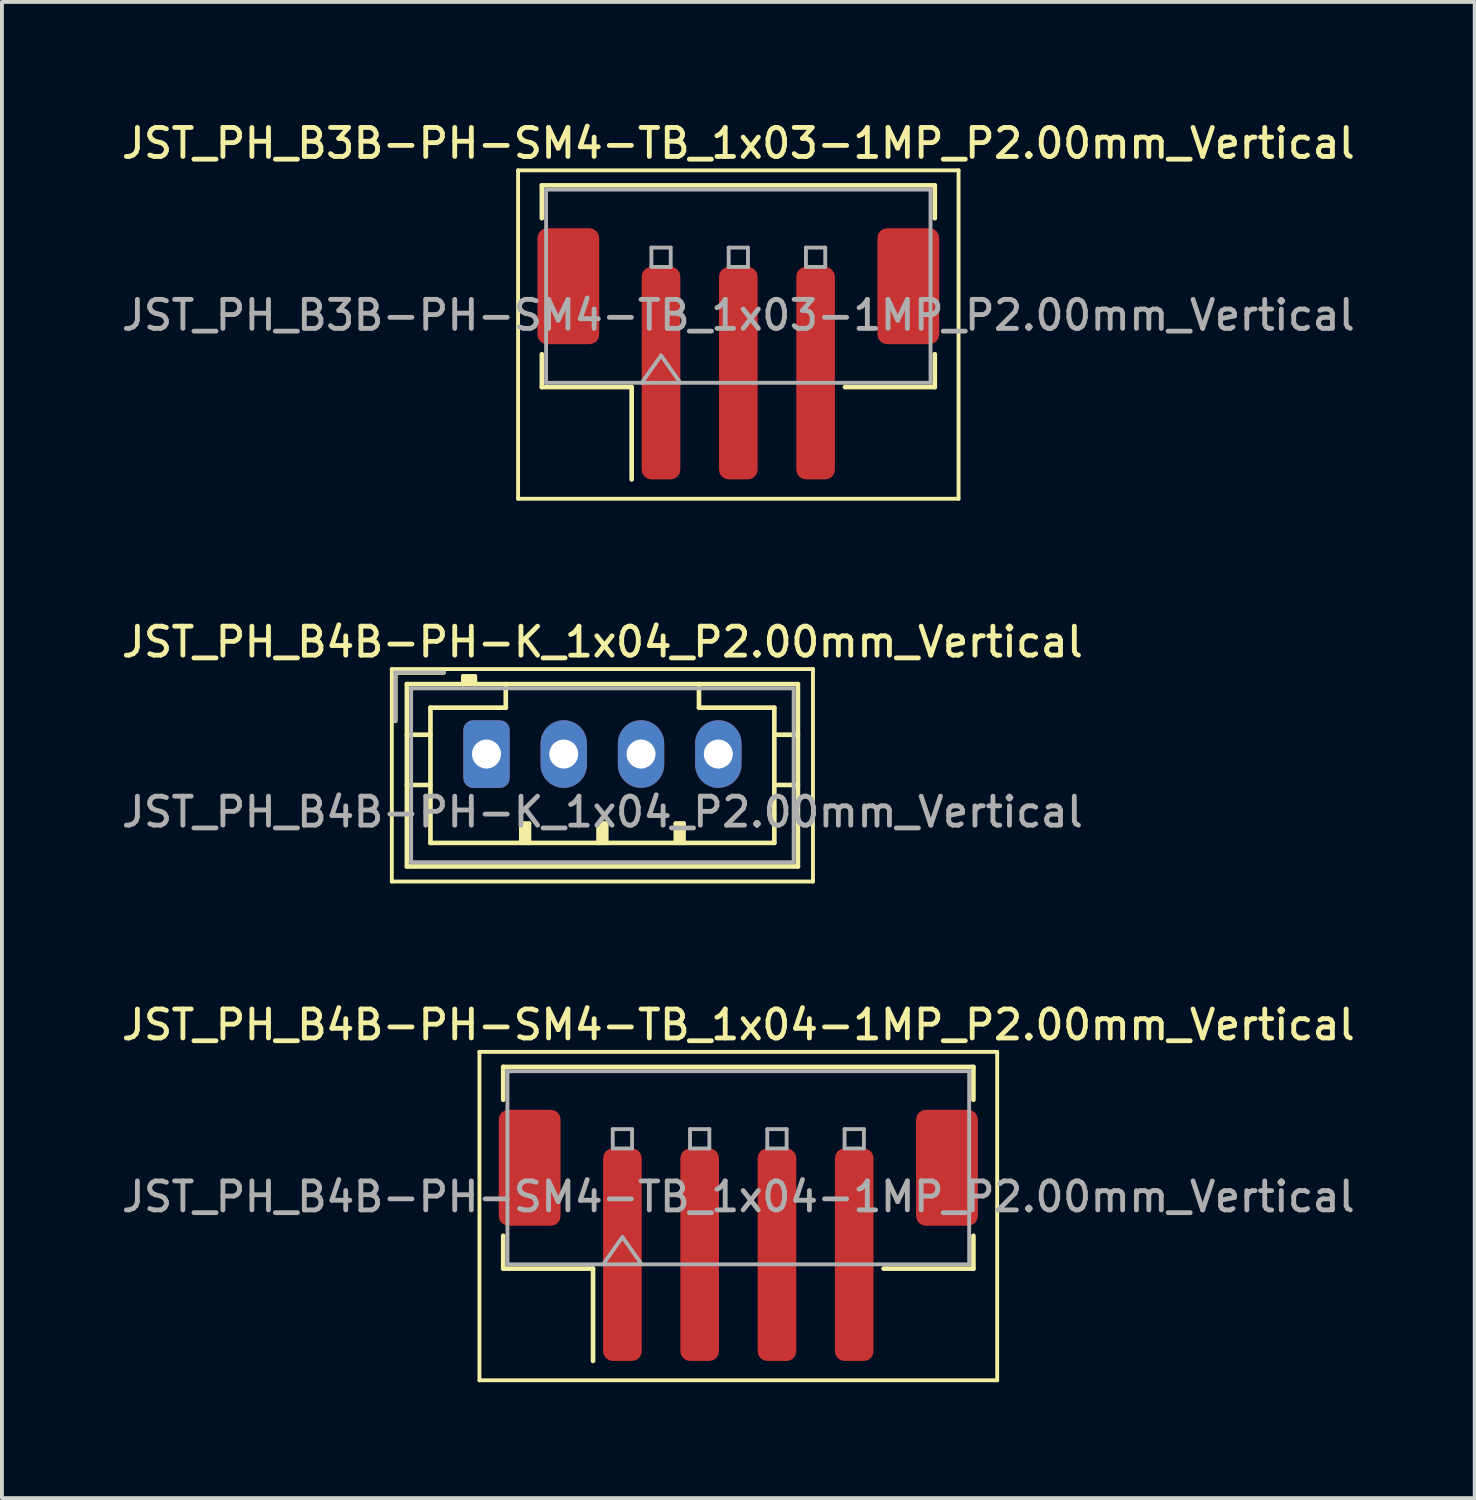
<source format=kicad_pcb>
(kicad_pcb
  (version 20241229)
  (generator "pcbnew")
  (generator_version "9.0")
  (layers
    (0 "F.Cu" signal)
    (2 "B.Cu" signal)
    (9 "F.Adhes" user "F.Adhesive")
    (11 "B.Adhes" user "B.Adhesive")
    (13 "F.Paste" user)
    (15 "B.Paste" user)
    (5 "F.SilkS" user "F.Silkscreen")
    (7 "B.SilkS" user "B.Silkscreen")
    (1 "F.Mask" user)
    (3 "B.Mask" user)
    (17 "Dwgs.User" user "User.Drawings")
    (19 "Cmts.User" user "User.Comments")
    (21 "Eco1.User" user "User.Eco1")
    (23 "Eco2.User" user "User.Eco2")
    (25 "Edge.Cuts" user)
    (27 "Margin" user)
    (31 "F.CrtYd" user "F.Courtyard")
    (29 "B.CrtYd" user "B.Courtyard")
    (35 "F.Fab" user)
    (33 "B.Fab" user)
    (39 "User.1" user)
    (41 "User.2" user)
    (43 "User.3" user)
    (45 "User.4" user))
  (footprint "JST_PH_B4B-PH-SM4-TB_1x04-1MP_P2.00mm_Vertical"
    (layer "F.Cu")
    (at 16.059 28.924)
    (property "Reference" "JST_PH_B4B-PH-SM4-TB_1x04-1MP_P2.00mm_Vertical" (at 0 -5.45 0) (layer "F.SilkS") (effects (font (size 0.75 0.75) (thickness 0.125))))
    (attr smd)
    (fp_line (start -6.7 -4.75) (end -6.7 3.75) (stroke (width 0.1) (type solid)) (layer "F.SilkS"))
    (fp_line (start -6.7 3.75) (end 6.7 3.75) (stroke (width 0.1) (type solid)) (layer "F.SilkS"))
    (fp_line (start -6.085 -4.36) (end 6.085 -4.36) (stroke (width 0.12) (type solid)) (layer "F.SilkS"))
    (fp_line (start -6.085 -3.51) (end -6.085 -4.36) (stroke (width 0.12) (type solid)) (layer "F.SilkS"))
    (fp_line (start -6.085 0.01) (end -6.085 0.86) (stroke (width 0.12) (type solid)) (layer "F.SilkS"))
    (fp_line (start -6.085 0.86) (end -3.76 0.86) (stroke (width 0.12) (type solid)) (layer "F.SilkS"))
    (fp_line (start -3.76 0.86) (end -3.76 3.25) (stroke (width 0.12) (type solid)) (layer "F.SilkS"))
    (fp_line (start 6.085 -4.36) (end 6.085 -3.51) (stroke (width 0.12) (type solid)) (layer "F.SilkS"))
    (fp_line (start 6.085 0.01) (end 6.085 0.86) (stroke (width 0.12) (type solid)) (layer "F.SilkS"))
    (fp_line (start 6.085 0.86) (end 3.76 0.86) (stroke (width 0.12) (type solid)) (layer "F.SilkS"))
    (fp_line (start 6.7 -4.75) (end -6.7 -4.75) (stroke (width 0.1) (type solid)) (layer "F.SilkS"))
    (fp_line (start 6.7 3.75) (end 6.7 -4.75) (stroke (width 0.1) (type solid)) (layer "F.SilkS"))
    (fp_line (start -5.975 -4.25) (end 5.975 -4.25) (stroke (width 0.1) (type solid)) (layer "F.Fab"))
    (fp_line (start -5.975 0.75) (end -5.975 -4.25) (stroke (width 0.1) (type solid)) (layer "F.Fab"))
    (fp_line (start -5.975 0.75) (end 5.975 0.75) (stroke (width 0.1) (type solid)) (layer "F.Fab"))
    (fp_line (start -3.5 0.75) (end -3 0.043) (stroke (width 0.1) (type solid)) (layer "F.Fab"))
    (fp_line (start -3.25 -2.75) (end -3.25 -2.25) (stroke (width 0.1) (type solid)) (layer "F.Fab"))
    (fp_line (start -3.25 -2.25) (end -2.75 -2.25) (stroke (width 0.1) (type solid)) (layer "F.Fab"))
    (fp_line (start -3 0.043) (end -2.5 0.75) (stroke (width 0.1) (type solid)) (layer "F.Fab"))
    (fp_line (start -2.75 -2.75) (end -3.25 -2.75) (stroke (width 0.1) (type solid)) (layer "F.Fab"))
    (fp_line (start -2.75 -2.25) (end -2.75 -2.75) (stroke (width 0.1) (type solid)) (layer "F.Fab"))
    (fp_line (start -1.25 -2.75) (end -1.25 -2.25) (stroke (width 0.1) (type solid)) (layer "F.Fab"))
    (fp_line (start -1.25 -2.25) (end -0.75 -2.25) (stroke (width 0.1) (type solid)) (layer "F.Fab"))
    (fp_line (start -0.75 -2.75) (end -1.25 -2.75) (stroke (width 0.1) (type solid)) (layer "F.Fab"))
    (fp_line (start -0.75 -2.25) (end -0.75 -2.75) (stroke (width 0.1) (type solid)) (layer "F.Fab"))
    (fp_line (start 0.75 -2.75) (end 0.75 -2.25) (stroke (width 0.1) (type solid)) (layer "F.Fab"))
    (fp_line (start 0.75 -2.25) (end 1.25 -2.25) (stroke (width 0.1) (type solid)) (layer "F.Fab"))
    (fp_line (start 1.25 -2.75) (end 0.75 -2.75) (stroke (width 0.1) (type solid)) (layer "F.Fab"))
    (fp_line (start 1.25 -2.25) (end 1.25 -2.75) (stroke (width 0.1) (type solid)) (layer "F.Fab"))
    (fp_line (start 2.75 -2.75) (end 2.75 -2.25) (stroke (width 0.1) (type solid)) (layer "F.Fab"))
    (fp_line (start 2.75 -2.25) (end 3.25 -2.25) (stroke (width 0.1) (type solid)) (layer "F.Fab"))
    (fp_line (start 3.25 -2.75) (end 2.75 -2.75) (stroke (width 0.1) (type solid)) (layer "F.Fab"))
    (fp_line (start 3.25 -2.25) (end 3.25 -2.75) (stroke (width 0.1) (type solid)) (layer "F.Fab"))
    (fp_line (start 5.975 0.75) (end 5.975 -4.25) (stroke (width 0.1) (type solid)) (layer "F.Fab"))
    (fp_text user "${REFERENCE}" (at 0 -1 0) (layer "F.Fab") (effects (font (size 0.75 0.75) (thickness 0.125))))
    (pad "1" smd roundrect (at -3 0.5) (size 1 5.5) (layers "F.Cu" "F.Mask" "F.Paste") (roundrect_rratio 0.25))
    (pad "2" smd roundrect (at -1 0.5) (size 1 5.5) (layers "F.Cu" "F.Mask" "F.Paste") (roundrect_rratio 0.25))
    (pad "3" smd roundrect (at 1 0.5) (size 1 5.5) (layers "F.Cu" "F.Mask" "F.Paste") (roundrect_rratio 0.25))
    (pad "4" smd roundrect (at 3 0.5) (size 1 5.5) (layers "F.Cu" "F.Mask" "F.Paste") (roundrect_rratio 0.25))
    (pad "MP" smd roundrect (at -5.4 -1.75) (size 1.6 3) (layers "F.Cu" "F.Mask" "F.Paste") (roundrect_rratio 0.156))
    (pad "MP" smd roundrect (at 5.4 -1.75) (size 1.6 3) (layers "F.Cu" "F.Mask" "F.Paste") (roundrect_rratio 0.156)))
  (footprint "JST_PH_B3B-PH-SM4-TB_1x03-1MP_P2.00mm_Vertical"
    (layer "F.Cu")
    (at 16.059 6.108)
    (property "Reference" "JST_PH_B3B-PH-SM4-TB_1x03-1MP_P2.00mm_Vertical" (at 0 -5.45 0) (layer "F.SilkS") (effects (font (size 0.75 0.75) (thickness 0.125))))
    (attr smd)
    (fp_line (start -5.7 -4.75) (end -5.7 3.75) (stroke (width 0.1) (type solid)) (layer "F.SilkS"))
    (fp_line (start -5.7 3.75) (end 5.7 3.75) (stroke (width 0.1) (type solid)) (layer "F.SilkS"))
    (fp_line (start -5.085 -4.36) (end 5.085 -4.36) (stroke (width 0.12) (type solid)) (layer "F.SilkS"))
    (fp_line (start -5.085 -3.51) (end -5.085 -4.36) (stroke (width 0.12) (type solid)) (layer "F.SilkS"))
    (fp_line (start -5.085 0.01) (end -5.085 0.86) (stroke (width 0.12) (type solid)) (layer "F.SilkS"))
    (fp_line (start -5.085 0.86) (end -2.76 0.86) (stroke (width 0.12) (type solid)) (layer "F.SilkS"))
    (fp_line (start -2.76 0.86) (end -2.76 3.25) (stroke (width 0.12) (type solid)) (layer "F.SilkS"))
    (fp_line (start 5.085 -4.36) (end 5.085 -3.51) (stroke (width 0.12) (type solid)) (layer "F.SilkS"))
    (fp_line (start 5.085 0.01) (end 5.085 0.86) (stroke (width 0.12) (type solid)) (layer "F.SilkS"))
    (fp_line (start 5.085 0.86) (end 2.76 0.86) (stroke (width 0.12) (type solid)) (layer "F.SilkS"))
    (fp_line (start 5.7 -4.75) (end -5.7 -4.75) (stroke (width 0.1) (type solid)) (layer "F.SilkS"))
    (fp_line (start 5.7 3.75) (end 5.7 -4.75) (stroke (width 0.1) (type solid)) (layer "F.SilkS"))
    (fp_line (start -4.975 -4.25) (end 4.975 -4.25) (stroke (width 0.1) (type solid)) (layer "F.Fab"))
    (fp_line (start -4.975 0.75) (end -4.975 -4.25) (stroke (width 0.1) (type solid)) (layer "F.Fab"))
    (fp_line (start -4.975 0.75) (end 4.975 0.75) (stroke (width 0.1) (type solid)) (layer "F.Fab"))
    (fp_line (start -2.5 0.75) (end -2 0.043) (stroke (width 0.1) (type solid)) (layer "F.Fab"))
    (fp_line (start -2.25 -2.75) (end -2.25 -2.25) (stroke (width 0.1) (type solid)) (layer "F.Fab"))
    (fp_line (start -2.25 -2.25) (end -1.75 -2.25) (stroke (width 0.1) (type solid)) (layer "F.Fab"))
    (fp_line (start -2 0.043) (end -1.5 0.75) (stroke (width 0.1) (type solid)) (layer "F.Fab"))
    (fp_line (start -1.75 -2.75) (end -2.25 -2.75) (stroke (width 0.1) (type solid)) (layer "F.Fab"))
    (fp_line (start -1.75 -2.25) (end -1.75 -2.75) (stroke (width 0.1) (type solid)) (layer "F.Fab"))
    (fp_line (start -0.25 -2.75) (end -0.25 -2.25) (stroke (width 0.1) (type solid)) (layer "F.Fab"))
    (fp_line (start -0.25 -2.25) (end 0.25 -2.25) (stroke (width 0.1) (type solid)) (layer "F.Fab"))
    (fp_line (start 0.25 -2.75) (end -0.25 -2.75) (stroke (width 0.1) (type solid)) (layer "F.Fab"))
    (fp_line (start 0.25 -2.25) (end 0.25 -2.75) (stroke (width 0.1) (type solid)) (layer "F.Fab"))
    (fp_line (start 1.75 -2.75) (end 1.75 -2.25) (stroke (width 0.1) (type solid)) (layer "F.Fab"))
    (fp_line (start 1.75 -2.25) (end 2.25 -2.25) (stroke (width 0.1) (type solid)) (layer "F.Fab"))
    (fp_line (start 2.25 -2.75) (end 1.75 -2.75) (stroke (width 0.1) (type solid)) (layer "F.Fab"))
    (fp_line (start 2.25 -2.25) (end 2.25 -2.75) (stroke (width 0.1) (type solid)) (layer "F.Fab"))
    (fp_line (start 4.975 0.75) (end 4.975 -4.25) (stroke (width 0.1) (type solid)) (layer "F.Fab"))
    (fp_text user "${REFERENCE}" (at 0 -1 0) (layer "F.Fab") (effects (font (size 0.75 0.75) (thickness 0.125))))
    (pad "1" smd roundrect (at -2 0.5) (size 1 5.5) (layers "F.Cu" "F.Mask" "F.Paste") (roundrect_rratio 0.25))
    (pad "2" smd roundrect (at 0 0.5) (size 1 5.5) (layers "F.Cu" "F.Mask" "F.Paste") (roundrect_rratio 0.25))
    (pad "3" smd roundrect (at 2 0.5) (size 1 5.5) (layers "F.Cu" "F.Mask" "F.Paste") (roundrect_rratio 0.25))
    (pad "MP" smd roundrect (at -4.4 -1.75) (size 1.6 3) (layers "F.Cu" "F.Mask" "F.Paste") (roundrect_rratio 0.156))
    (pad "MP" smd roundrect (at 4.4 -1.75) (size 1.6 3) (layers "F.Cu" "F.Mask" "F.Paste") (roundrect_rratio 0.156)))
  (footprint "JST_PH_B4B-PH-K_1x04_P2.00mm_Vertical"
    (layer "F.Cu")
    (at 9.541 16.466)
    (property "Reference" "JST_PH_B4B-PH-K_1x04_P2.00mm_Vertical" (at 3 -2.9 0) (layer "F.SilkS") (effects (font (size 0.75 0.75) (thickness 0.125))))
    (attr through_hole)
    (fp_line (start -2.45 -2.2) (end -2.45 3.3) (stroke (width 0.1) (type solid)) (layer "F.SilkS"))
    (fp_line (start -2.45 3.3) (end 8.45 3.3) (stroke (width 0.1) (type solid)) (layer "F.SilkS"))
    (fp_line (start -2.36 -2.11) (end -2.36 -0.86) (stroke (width 0.12) (type solid)) (layer "F.SilkS"))
    (fp_line (start -2.06 -1.81) (end -2.06 2.91) (stroke (width 0.12) (type solid)) (layer "F.SilkS"))
    (fp_line (start -2.06 -0.5) (end -1.45 -0.5) (stroke (width 0.12) (type solid)) (layer "F.SilkS"))
    (fp_line (start -2.06 0.8) (end -1.45 0.8) (stroke (width 0.12) (type solid)) (layer "F.SilkS"))
    (fp_line (start -2.06 2.91) (end 8.06 2.91) (stroke (width 0.12) (type solid)) (layer "F.SilkS"))
    (fp_line (start -1.45 -1.2) (end -1.45 2.3) (stroke (width 0.12) (type solid)) (layer "F.SilkS"))
    (fp_line (start -1.45 2.3) (end 7.45 2.3) (stroke (width 0.12) (type solid)) (layer "F.SilkS"))
    (fp_line (start -1.11 -2.11) (end -2.36 -2.11) (stroke (width 0.12) (type solid)) (layer "F.SilkS"))
    (fp_line (start -0.6 -2.01) (end -0.6 -1.81) (stroke (width 0.12) (type solid)) (layer "F.SilkS"))
    (fp_line (start -0.3 -2.01) (end -0.6 -2.01) (stroke (width 0.12) (type solid)) (layer "F.SilkS"))
    (fp_line (start -0.3 -1.91) (end -0.6 -1.91) (stroke (width 0.12) (type solid)) (layer "F.SilkS"))
    (fp_line (start -0.3 -1.81) (end -0.3 -2.01) (stroke (width 0.12) (type solid)) (layer "F.SilkS"))
    (fp_line (start 0.5 -1.81) (end 0.5 -1.2) (stroke (width 0.12) (type solid)) (layer "F.SilkS"))
    (fp_line (start 0.5 -1.2) (end -1.45 -1.2) (stroke (width 0.12) (type solid)) (layer "F.SilkS"))
    (fp_line (start 0.9 1.8) (end 1.1 1.8) (stroke (width 0.12) (type solid)) (layer "F.SilkS"))
    (fp_line (start 0.9 2.3) (end 0.9 1.8) (stroke (width 0.12) (type solid)) (layer "F.SilkS"))
    (fp_line (start 1 2.3) (end 1 1.8) (stroke (width 0.12) (type solid)) (layer "F.SilkS"))
    (fp_line (start 1.1 1.8) (end 1.1 2.3) (stroke (width 0.12) (type solid)) (layer "F.SilkS"))
    (fp_line (start 2.9 1.8) (end 3.1 1.8) (stroke (width 0.12) (type solid)) (layer "F.SilkS"))
    (fp_line (start 2.9 2.3) (end 2.9 1.8) (stroke (width 0.12) (type solid)) (layer "F.SilkS"))
    (fp_line (start 3 2.3) (end 3 1.8) (stroke (width 0.12) (type solid)) (layer "F.SilkS"))
    (fp_line (start 3.1 1.8) (end 3.1 2.3) (stroke (width 0.12) (type solid)) (layer "F.SilkS"))
    (fp_line (start 4.9 1.8) (end 5.1 1.8) (stroke (width 0.12) (type solid)) (layer "F.SilkS"))
    (fp_line (start 4.9 2.3) (end 4.9 1.8) (stroke (width 0.12) (type solid)) (layer "F.SilkS"))
    (fp_line (start 5 2.3) (end 5 1.8) (stroke (width 0.12) (type solid)) (layer "F.SilkS"))
    (fp_line (start 5.1 1.8) (end 5.1 2.3) (stroke (width 0.12) (type solid)) (layer "F.SilkS"))
    (fp_line (start 5.5 -1.2) (end 5.5 -1.81) (stroke (width 0.12) (type solid)) (layer "F.SilkS"))
    (fp_line (start 7.45 -1.2) (end 5.5 -1.2) (stroke (width 0.12) (type solid)) (layer "F.SilkS"))
    (fp_line (start 7.45 2.3) (end 7.45 -1.2) (stroke (width 0.12) (type solid)) (layer "F.SilkS"))
    (fp_line (start 8.06 -1.81) (end -2.06 -1.81) (stroke (width 0.12) (type solid)) (layer "F.SilkS"))
    (fp_line (start 8.06 -0.5) (end 7.45 -0.5) (stroke (width 0.12) (type solid)) (layer "F.SilkS"))
    (fp_line (start 8.06 0.8) (end 7.45 0.8) (stroke (width 0.12) (type solid)) (layer "F.SilkS"))
    (fp_line (start 8.06 2.91) (end 8.06 -1.81) (stroke (width 0.12) (type solid)) (layer "F.SilkS"))
    (fp_line (start 8.45 -2.2) (end -2.45 -2.2) (stroke (width 0.1) (type solid)) (layer "F.SilkS"))
    (fp_line (start 8.45 3.3) (end 8.45 -2.2) (stroke (width 0.1) (type solid)) (layer "F.SilkS"))
    (fp_line (start -2.36 -2.11) (end -2.36 -0.86) (stroke (width 0.1) (type solid)) (layer "F.Fab"))
    (fp_line (start -1.95 -1.7) (end -1.95 2.8) (stroke (width 0.1) (type solid)) (layer "F.Fab"))
    (fp_line (start -1.95 2.8) (end 7.95 2.8) (stroke (width 0.1) (type solid)) (layer "F.Fab"))
    (fp_line (start -1.11 -2.11) (end -2.36 -2.11) (stroke (width 0.1) (type solid)) (layer "F.Fab"))
    (fp_line (start 7.95 -1.7) (end -1.95 -1.7) (stroke (width 0.1) (type solid)) (layer "F.Fab"))
    (fp_line (start 7.95 2.8) (end 7.95 -1.7) (stroke (width 0.1) (type solid)) (layer "F.Fab"))
    (fp_text user "${REFERENCE}" (at 3 1.5 0) (layer "F.Fab") (effects (font (size 0.75 0.75) (thickness 0.125))))
    (pad "1" thru_hole roundrect (at 0 0) (size 1.2 1.75) (drill 0.75) (layers "*.Cu" "*.Mask") (roundrect_rratio 0.208))
    (pad "2" thru_hole oval (at 2 0) (size 1.2 1.75) (drill 0.75) (layers "*.Cu" "*.Mask"))
    (pad "3" thru_hole oval (at 4 0) (size 1.2 1.75) (drill 0.75) (layers "*.Cu" "*.Mask"))
    (pad "4" thru_hole oval (at 6 0) (size 1.2 1.75) (drill 0.75) (layers "*.Cu" "*.Mask")))
  (gr_rect
    (start -3 -3)
    (end 35.118 35.724)
    (stroke (width 0.1) (type default))
    (fill no)
    (layer "Edge.Cuts")))
</source>
